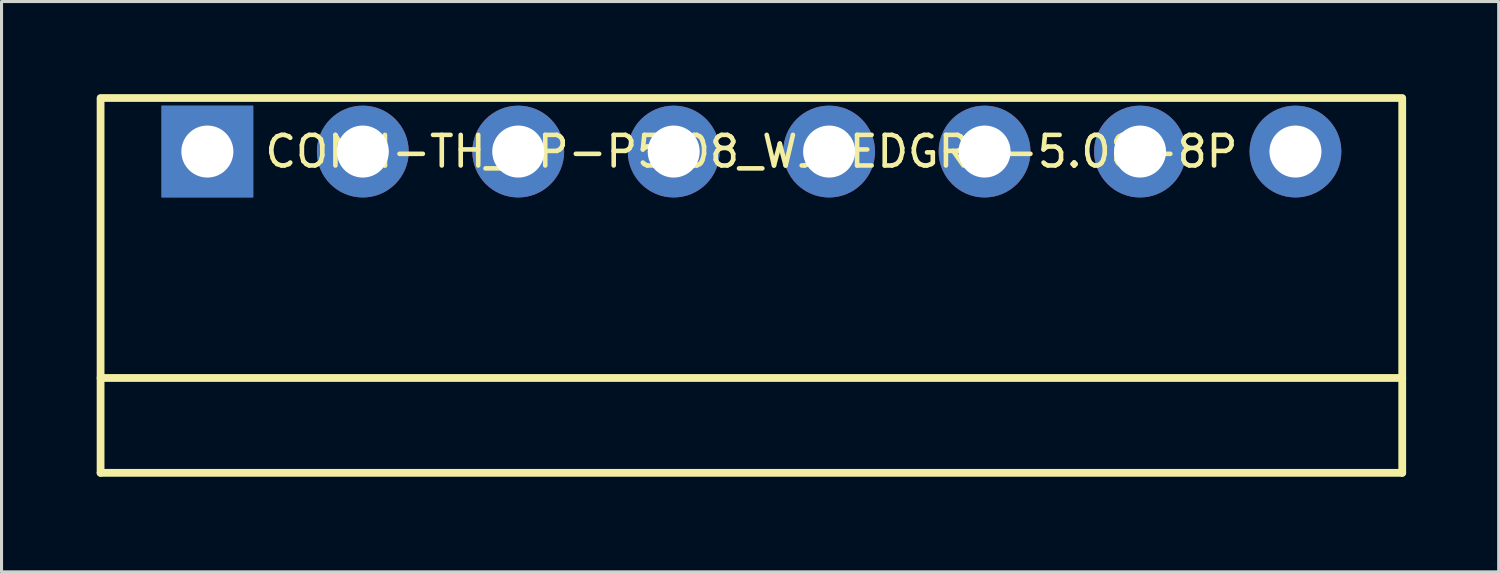
<source format=kicad_pcb>
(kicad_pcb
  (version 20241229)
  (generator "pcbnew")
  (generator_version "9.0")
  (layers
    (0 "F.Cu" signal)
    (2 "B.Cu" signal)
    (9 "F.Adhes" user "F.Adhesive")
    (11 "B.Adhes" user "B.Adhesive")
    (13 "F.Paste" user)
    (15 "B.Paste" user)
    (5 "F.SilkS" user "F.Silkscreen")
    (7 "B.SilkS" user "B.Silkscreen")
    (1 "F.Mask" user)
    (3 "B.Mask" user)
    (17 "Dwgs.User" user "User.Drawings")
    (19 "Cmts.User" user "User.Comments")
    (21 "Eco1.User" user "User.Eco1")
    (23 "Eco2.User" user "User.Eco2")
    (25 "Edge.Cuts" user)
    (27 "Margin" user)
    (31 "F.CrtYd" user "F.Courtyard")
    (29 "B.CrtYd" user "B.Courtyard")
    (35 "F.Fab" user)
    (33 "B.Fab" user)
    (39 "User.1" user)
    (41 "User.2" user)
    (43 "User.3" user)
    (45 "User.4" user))
  (footprint "CONN-TH_8P-P5.08_WJ2EDGRC-5.08-8P"
    (layer "F.Cu")
    (at 21.507 1.903)
    (property "Reference" "CONN-TH_8P-P5.08_WJ2EDGRC-5.08-8P" (at 0 0 0) (unlocked yes) (layer "F.SilkS") (effects (font (size 1 1) (thickness 0.15))))
    (fp_line (start -21.27 7.4) (end 21.27 7.4) (stroke (width 0.254) (type default)) (layer "F.SilkS"))
    (fp_line (start -21.27 10.5) (end -21.27 -1.7) (stroke (width 0.254) (type default)) (layer "F.SilkS"))
    (fp_line (start -21.27 10.5) (end 21.27 10.5) (stroke (width 0.254) (type default)) (layer "F.SilkS"))
    (fp_line (start 21.27 -1.75) (end -21.27 -1.75) (stroke (width 0.254) (type default)) (layer "F.SilkS"))
    (fp_line (start 21.27 10.5) (end 21.27 -1.7) (stroke (width 0.254) (type default)) (layer "F.SilkS"))
    (fp_poly (pts (xy -17.03 0) (xy -17.049 -0.167) (xy -17.104 -0.325) (xy -17.194 -0.468) (xy -17.312 -0.586) (xy -17.455 -0.676) (xy -17.613 -0.731) (xy -17.78 -0.75) (xy -17.947 -0.731) (xy -18.105 -0.676) (xy -18.248 -0.586) (xy -18.366 -0.468) (xy -18.456 -0.325) (xy -18.511 -0.167) (xy -18.53 0) (xy -18.511 0.167) (xy -18.456 0.325) (xy -18.366 0.468) (xy -18.248 0.586) (xy -18.105 0.676) (xy -17.947 0.731) (xy -17.78 0.75) (xy -17.613 0.731) (xy -17.455 0.676) (xy -17.312 0.586) (xy -17.194 0.468) (xy -17.104 0.325) (xy -17.049 0.167)) (stroke (width 0.1) (type default)) (fill no) (layer "User.1"))
    (fp_poly (pts (xy -11.95 0) (xy -11.969 -0.167) (xy -12.024 -0.325) (xy -12.114 -0.468) (xy -12.232 -0.586) (xy -12.375 -0.676) (xy -12.533 -0.731) (xy -12.7 -0.75) (xy -12.867 -0.731) (xy -13.025 -0.676) (xy -13.168 -0.586) (xy -13.286 -0.468) (xy -13.376 -0.325) (xy -13.431 -0.167) (xy -13.45 0) (xy -13.431 0.167) (xy -13.376 0.325) (xy -13.286 0.468) (xy -13.168 0.586) (xy -13.025 0.676) (xy -12.867 0.731) (xy -12.7 0.75) (xy -12.533 0.731) (xy -12.375 0.676) (xy -12.232 0.586) (xy -12.114 0.468) (xy -12.024 0.325) (xy -11.969 0.167)) (stroke (width 0.1) (type default)) (fill no) (layer "User.1"))
    (fp_poly (pts (xy -6.87 0) (xy -6.889 -0.167) (xy -6.944 -0.325) (xy -7.034 -0.468) (xy -7.152 -0.586) (xy -7.295 -0.676) (xy -7.453 -0.731) (xy -7.62 -0.75) (xy -7.787 -0.731) (xy -7.945 -0.676) (xy -8.088 -0.586) (xy -8.206 -0.468) (xy -8.296 -0.325) (xy -8.351 -0.167) (xy -8.37 0) (xy -8.351 0.167) (xy -8.296 0.325) (xy -8.206 0.468) (xy -8.088 0.586) (xy -7.945 0.676) (xy -7.787 0.731) (xy -7.62 0.75) (xy -7.453 0.731) (xy -7.295 0.676) (xy -7.152 0.586) (xy -7.034 0.468) (xy -6.944 0.325) (xy -6.889 0.167)) (stroke (width 0.1) (type default)) (fill no) (layer "User.1"))
    (fp_poly (pts (xy -1.79 0) (xy -1.809 -0.167) (xy -1.864 -0.325) (xy -1.954 -0.468) (xy -2.072 -0.586) (xy -2.215 -0.676) (xy -2.373 -0.731) (xy -2.54 -0.75) (xy -2.707 -0.731) (xy -2.865 -0.676) (xy -3.008 -0.586) (xy -3.126 -0.468) (xy -3.216 -0.325) (xy -3.271 -0.167) (xy -3.29 0) (xy -3.271 0.167) (xy -3.216 0.325) (xy -3.126 0.468) (xy -3.008 0.586) (xy -2.865 0.676) (xy -2.707 0.731) (xy -2.54 0.75) (xy -2.373 0.731) (xy -2.215 0.676) (xy -2.072 0.586) (xy -1.954 0.468) (xy -1.864 0.325) (xy -1.809 0.167)) (stroke (width 0.1) (type default)) (fill no) (layer "User.1"))
    (fp_poly (pts (xy 3.29 0) (xy 3.271 -0.167) (xy 3.216 -0.325) (xy 3.126 -0.468) (xy 3.008 -0.586) (xy 2.865 -0.676) (xy 2.707 -0.731) (xy 2.54 -0.75) (xy 2.373 -0.731) (xy 2.215 -0.676) (xy 2.072 -0.586) (xy 1.954 -0.468) (xy 1.864 -0.325) (xy 1.809 -0.167) (xy 1.79 0) (xy 1.809 0.167) (xy 1.864 0.325) (xy 1.954 0.468) (xy 2.072 0.586) (xy 2.215 0.676) (xy 2.373 0.731) (xy 2.54 0.75) (xy 2.707 0.731) (xy 2.865 0.676) (xy 3.008 0.586) (xy 3.126 0.468) (xy 3.216 0.325) (xy 3.271 0.167)) (stroke (width 0.1) (type default)) (fill no) (layer "User.1"))
    (fp_poly (pts (xy 8.37 0) (xy 8.351 -0.167) (xy 8.296 -0.325) (xy 8.206 -0.468) (xy 8.088 -0.586) (xy 7.945 -0.676) (xy 7.787 -0.731) (xy 7.62 -0.75) (xy 7.453 -0.731) (xy 7.295 -0.676) (xy 7.152 -0.586) (xy 7.034 -0.468) (xy 6.944 -0.325) (xy 6.889 -0.167) (xy 6.87 0) (xy 6.889 0.167) (xy 6.944 0.325) (xy 7.034 0.468) (xy 7.152 0.586) (xy 7.295 0.676) (xy 7.453 0.731) (xy 7.62 0.75) (xy 7.787 0.731) (xy 7.945 0.676) (xy 8.088 0.586) (xy 8.206 0.468) (xy 8.296 0.325) (xy 8.351 0.167)) (stroke (width 0.1) (type default)) (fill no) (layer "User.1"))
    (fp_poly (pts (xy 13.45 0) (xy 13.431 -0.167) (xy 13.376 -0.325) (xy 13.286 -0.468) (xy 13.168 -0.586) (xy 13.025 -0.676) (xy 12.867 -0.731) (xy 12.7 -0.75) (xy 12.533 -0.731) (xy 12.375 -0.676) (xy 12.232 -0.586) (xy 12.114 -0.468) (xy 12.024 -0.325) (xy 11.969 -0.167) (xy 11.95 0) (xy 11.969 0.167) (xy 12.024 0.325) (xy 12.114 0.468) (xy 12.232 0.586) (xy 12.375 0.676) (xy 12.533 0.731) (xy 12.7 0.75) (xy 12.867 0.731) (xy 13.025 0.676) (xy 13.168 0.586) (xy 13.286 0.468) (xy 13.376 0.325) (xy 13.431 0.167)) (stroke (width 0.1) (type default)) (fill no) (layer "User.1"))
    (fp_poly (pts (xy 18.53 0) (xy 18.511 -0.167) (xy 18.456 -0.325) (xy 18.366 -0.468) (xy 18.248 -0.586) (xy 18.105 -0.676) (xy 17.947 -0.731) (xy 17.78 -0.75) (xy 17.613 -0.731) (xy 17.455 -0.676) (xy 17.312 -0.586) (xy 17.194 -0.468) (xy 17.104 -0.325) (xy 17.049 -0.167) (xy 17.03 0) (xy 17.049 0.167) (xy 17.104 0.325) (xy 17.194 0.468) (xy 17.312 0.586) (xy 17.455 0.676) (xy 17.613 0.731) (xy 17.78 0.75) (xy 17.947 0.731) (xy 18.105 0.676) (xy 18.248 0.586) (xy 18.366 0.468) (xy 18.456 0.325) (xy 18.511 0.167)) (stroke (width 0.1) (type default)) (fill no) (layer "User.1"))
    (fp_line (start -21.397 -1.877) (end 21.397 -1.877) (stroke (width 0.051) (type default)) (layer "User.2"))
    (fp_line (start -21.397 10.627) (end -21.397 -1.877) (stroke (width 0.051) (type default)) (layer "User.2"))
    (fp_line (start 21.397 -1.877) (end 21.397 10.627) (stroke (width 0.051) (type default)) (layer "User.2"))
    (fp_line (start 21.397 10.627) (end -21.397 10.627) (stroke (width 0.051) (type default)) (layer "User.2"))
    (fp_poly (pts (xy -21.337 10.627) (xy -21.355 10.585) (xy -21.397 10.567) (xy -21.439 10.585) (xy -21.457 10.627) (xy -21.439 10.669) (xy -21.397 10.687) (xy -21.355 10.669)) (stroke (width 0.1) (type default)) (fill no) (layer "User.3"))
    (pad "1" thru_hole rect (at -17.78 0) (size 3 3) (drill 1.7) (layers "*.Cu" "*.Mask"))
    (pad "2" thru_hole circle (at -12.7 0) (size 3 3) (drill 1.7) (layers "*.Cu" "*.Mask"))
    (pad "3" thru_hole circle (at -7.62 0) (size 3 3) (drill 1.7) (layers "*.Cu" "*.Mask"))
    (pad "4" thru_hole circle (at -2.54 0) (size 3 3) (drill 1.7) (layers "*.Cu" "*.Mask"))
    (pad "5" thru_hole circle (at 2.54 0) (size 3 3) (drill 1.7) (layers "*.Cu" "*.Mask"))
    (pad "6" thru_hole circle (at 7.62 0) (size 3 3) (drill 1.7) (layers "*.Cu" "*.Mask"))
    (pad "7" thru_hole circle (at 12.7 0) (size 3 3) (drill 1.7) (layers "*.Cu" "*.Mask"))
    (pad "8" thru_hole circle (at 17.78 0) (size 3 3) (drill 1.7) (layers "*.Cu" "*.Mask")))
  (gr_rect
    (start -3 -3)
    (end 45.929 15.639)
    (stroke (width 0.1) (type default))
    (fill no)
    (layer "Edge.Cuts")))
</source>
